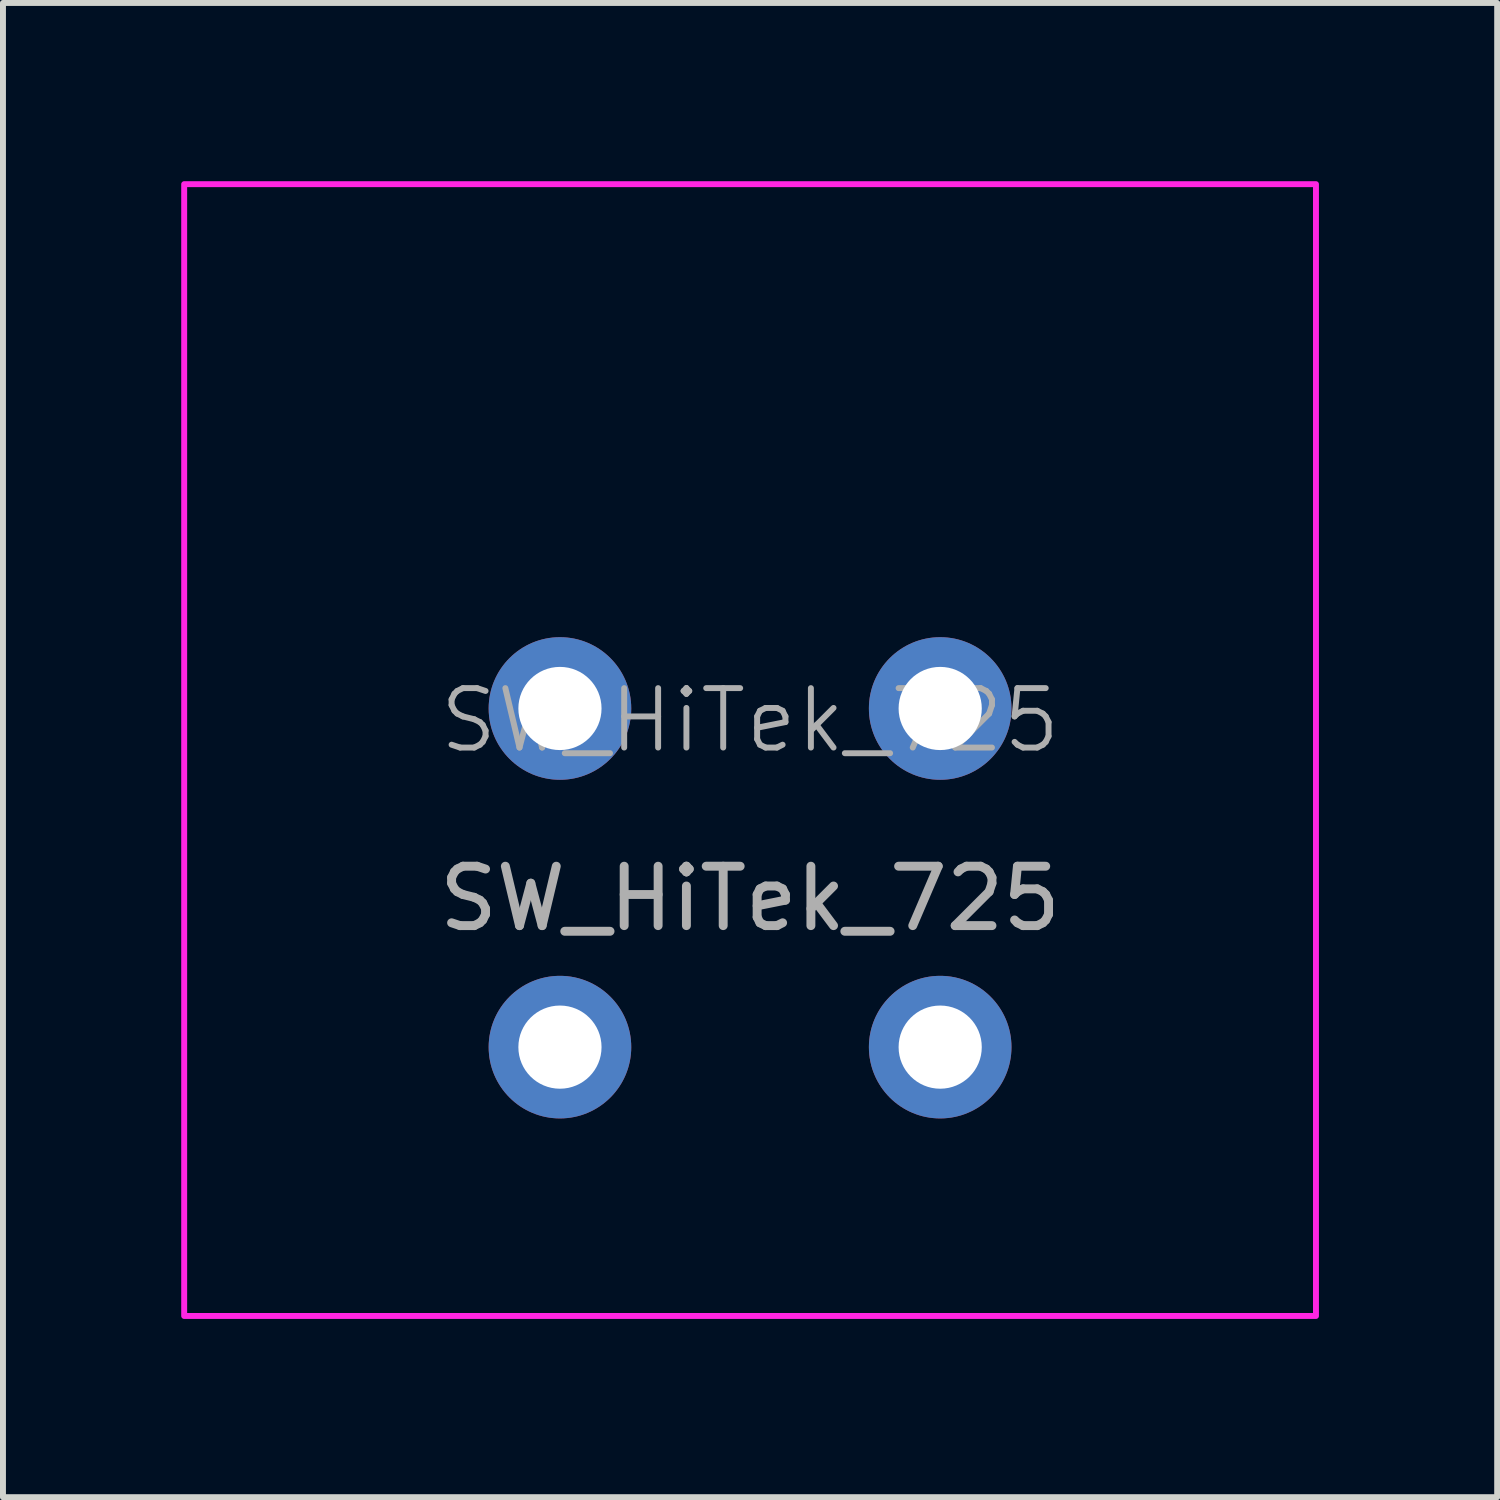
<source format=kicad_pcb>
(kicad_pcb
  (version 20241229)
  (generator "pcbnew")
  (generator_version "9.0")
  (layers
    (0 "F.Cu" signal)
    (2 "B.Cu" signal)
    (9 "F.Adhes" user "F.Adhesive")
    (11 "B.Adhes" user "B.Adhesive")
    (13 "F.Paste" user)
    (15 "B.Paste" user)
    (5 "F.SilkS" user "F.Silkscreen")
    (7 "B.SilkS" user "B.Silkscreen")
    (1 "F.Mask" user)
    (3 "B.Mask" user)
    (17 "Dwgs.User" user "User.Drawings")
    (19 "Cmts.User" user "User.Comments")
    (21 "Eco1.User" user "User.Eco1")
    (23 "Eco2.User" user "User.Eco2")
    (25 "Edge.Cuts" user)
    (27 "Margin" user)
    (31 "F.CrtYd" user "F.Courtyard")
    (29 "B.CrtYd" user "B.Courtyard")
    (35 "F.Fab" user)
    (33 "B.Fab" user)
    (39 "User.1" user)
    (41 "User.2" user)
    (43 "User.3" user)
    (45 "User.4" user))
  (footprint "SW_HiTek_725"
    (layer "F.Cu")
    (at 9.575 9.575)
    (property "Reference" "SW_HiTek_725" (at 0 -0.5 0) (unlocked yes) (layer "F.Fab") (effects (font (size 1 1) (thickness 0.1))))
    (attr through_hole)
    (fp_rect (start -9.525 -9.525) (end 9.525 9.525) (stroke (width 0.1) (type default)) (fill no) (layer "F.CrtYd"))
    (fp_text user "${REFERENCE}" (at 0 2.5 0) (unlocked yes) (layer "F.Fab") (effects (font (size 1 1) (thickness 0.15))))
    (pad "1" thru_hole circle (at -3.2 -0.7) (size 2.4 2.4) (drill 1.4) (layers "*.Cu" "*.Mask"))
    (pad "2" thru_hole circle (at 3.2 -0.7) (size 2.4 2.4) (drill 1.4) (layers "*.Cu" "*.Mask"))
    (pad "3" thru_hole circle (at -3.2 5) (size 2.4 2.4) (drill 1.4) (layers "*.Cu" "*.Mask"))
    (pad "4" thru_hole circle (at 3.2 5) (size 2.4 2.4) (drill 1.4) (layers "*.Cu" "*.Mask")))
  (gr_rect
    (start -3 -3)
    (end 22.15 22.15)
    (stroke (width 0.1) (type default))
    (fill no)
    (layer "Edge.Cuts")))
</source>
